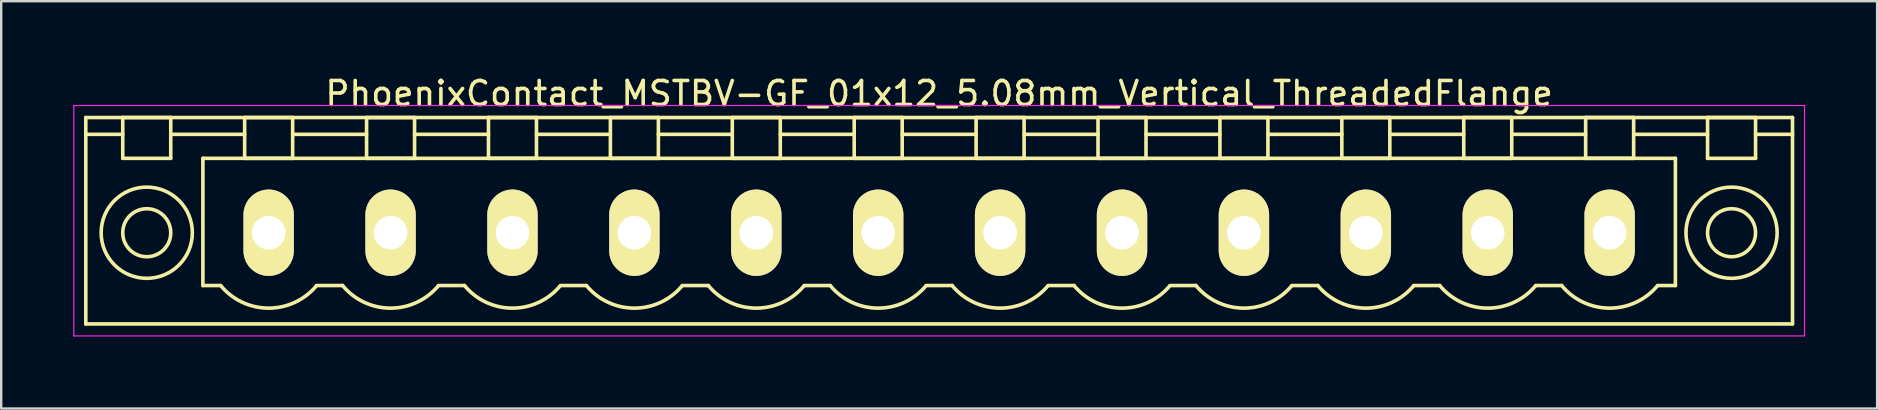
<source format=kicad_pcb>
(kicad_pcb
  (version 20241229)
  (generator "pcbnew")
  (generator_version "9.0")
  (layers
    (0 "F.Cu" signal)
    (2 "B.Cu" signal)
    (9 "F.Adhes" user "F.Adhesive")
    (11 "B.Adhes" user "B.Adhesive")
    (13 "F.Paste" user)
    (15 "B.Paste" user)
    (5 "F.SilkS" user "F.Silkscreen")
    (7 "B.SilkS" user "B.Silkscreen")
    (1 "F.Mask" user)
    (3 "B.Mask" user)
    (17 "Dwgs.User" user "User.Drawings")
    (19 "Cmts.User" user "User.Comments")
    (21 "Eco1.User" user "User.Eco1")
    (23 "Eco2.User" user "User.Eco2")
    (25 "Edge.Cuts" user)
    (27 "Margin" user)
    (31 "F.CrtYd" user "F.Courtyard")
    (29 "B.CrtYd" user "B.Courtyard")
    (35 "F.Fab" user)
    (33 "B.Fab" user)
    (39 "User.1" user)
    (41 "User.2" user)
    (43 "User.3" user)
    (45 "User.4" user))
  (footprint "PhoenixContact_MSTBV-GF_01x12_5.08mm_Vertical_ThreadedFlange"
    (layer "F.Cu")
    (at 8.145 6.648)
    (property "Reference" "PhoenixContact_MSTBV-GF_01x12_5.08mm_Vertical_ThreadedFlange" (at 27.94 -5.8 0) (layer "F.SilkS") (effects (font (size 1 1) (thickness 0.15))))
    (attr through_hole)
    (fp_line (start -7.62 -4.8) (end -7.62 3.8) (stroke (width 0.15) (type solid)) (layer "F.SilkS"))
    (fp_line (start -7.62 -4.1) (end -6.08 -4.1) (stroke (width 0.15) (type solid)) (layer "F.SilkS"))
    (fp_line (start -7.62 3.8) (end 63.5 3.8) (stroke (width 0.15) (type solid)) (layer "F.SilkS"))
    (fp_line (start -6.08 -4.8) (end -4.08 -4.8) (stroke (width 0.15) (type solid)) (layer "F.SilkS"))
    (fp_line (start -6.08 -3.1) (end -6.08 -4.8) (stroke (width 0.15) (type solid)) (layer "F.SilkS"))
    (fp_line (start -4.08 -4.8) (end -4.08 -3.1) (stroke (width 0.15) (type solid)) (layer "F.SilkS"))
    (fp_line (start -4.08 -4.1) (end -1 -4.1) (stroke (width 0.15) (type solid)) (layer "F.SilkS"))
    (fp_line (start -4.08 -3.1) (end -6.08 -3.1) (stroke (width 0.15) (type solid)) (layer "F.SilkS"))
    (fp_line (start -2.74 -3.1) (end 58.62 -3.1) (stroke (width 0.15) (type solid)) (layer "F.SilkS"))
    (fp_line (start -2.74 2.2) (end -2.74 -3.1) (stroke (width 0.15) (type solid)) (layer "F.SilkS"))
    (fp_line (start -2 2.2) (end -2.74 2.2) (stroke (width 0.15) (type solid)) (layer "F.SilkS"))
    (fp_line (start -1 -4.8) (end 1 -4.8) (stroke (width 0.15) (type solid)) (layer "F.SilkS"))
    (fp_line (start -1 -3.1) (end -1 -4.8) (stroke (width 0.15) (type solid)) (layer "F.SilkS"))
    (fp_line (start 1 -4.8) (end 1 -3.1) (stroke (width 0.15) (type solid)) (layer "F.SilkS"))
    (fp_line (start 1 -4.1) (end 4.08 -4.1) (stroke (width 0.15) (type solid)) (layer "F.SilkS"))
    (fp_line (start 1 -3.1) (end -1 -3.1) (stroke (width 0.15) (type solid)) (layer "F.SilkS"))
    (fp_line (start 2 2.2) (end 3.08 2.2) (stroke (width 0.15) (type solid)) (layer "F.SilkS"))
    (fp_line (start 4.08 -4.8) (end 6.08 -4.8) (stroke (width 0.15) (type solid)) (layer "F.SilkS"))
    (fp_line (start 4.08 -3.1) (end 4.08 -4.8) (stroke (width 0.15) (type solid)) (layer "F.SilkS"))
    (fp_line (start 6.08 -4.8) (end 6.08 -3.1) (stroke (width 0.15) (type solid)) (layer "F.SilkS"))
    (fp_line (start 6.08 -4.1) (end 9.16 -4.1) (stroke (width 0.15) (type solid)) (layer "F.SilkS"))
    (fp_line (start 6.08 -3.1) (end 4.08 -3.1) (stroke (width 0.15) (type solid)) (layer "F.SilkS"))
    (fp_line (start 7.08 2.2) (end 8.16 2.2) (stroke (width 0.15) (type solid)) (layer "F.SilkS"))
    (fp_line (start 9.16 -4.8) (end 11.16 -4.8) (stroke (width 0.15) (type solid)) (layer "F.SilkS"))
    (fp_line (start 9.16 -3.1) (end 9.16 -4.8) (stroke (width 0.15) (type solid)) (layer "F.SilkS"))
    (fp_line (start 11.16 -4.8) (end 11.16 -3.1) (stroke (width 0.15) (type solid)) (layer "F.SilkS"))
    (fp_line (start 11.16 -4.1) (end 14.24 -4.1) (stroke (width 0.15) (type solid)) (layer "F.SilkS"))
    (fp_line (start 11.16 -3.1) (end 9.16 -3.1) (stroke (width 0.15) (type solid)) (layer "F.SilkS"))
    (fp_line (start 12.16 2.2) (end 13.24 2.2) (stroke (width 0.15) (type solid)) (layer "F.SilkS"))
    (fp_line (start 14.24 -4.8) (end 16.24 -4.8) (stroke (width 0.15) (type solid)) (layer "F.SilkS"))
    (fp_line (start 14.24 -3.1) (end 14.24 -4.8) (stroke (width 0.15) (type solid)) (layer "F.SilkS"))
    (fp_line (start 16.24 -4.8) (end 16.24 -3.1) (stroke (width 0.15) (type solid)) (layer "F.SilkS"))
    (fp_line (start 16.24 -4.1) (end 19.32 -4.1) (stroke (width 0.15) (type solid)) (layer "F.SilkS"))
    (fp_line (start 16.24 -3.1) (end 14.24 -3.1) (stroke (width 0.15) (type solid)) (layer "F.SilkS"))
    (fp_line (start 17.24 2.2) (end 18.32 2.2) (stroke (width 0.15) (type solid)) (layer "F.SilkS"))
    (fp_line (start 19.32 -4.8) (end 21.32 -4.8) (stroke (width 0.15) (type solid)) (layer "F.SilkS"))
    (fp_line (start 19.32 -3.1) (end 19.32 -4.8) (stroke (width 0.15) (type solid)) (layer "F.SilkS"))
    (fp_line (start 21.32 -4.8) (end 21.32 -3.1) (stroke (width 0.15) (type solid)) (layer "F.SilkS"))
    (fp_line (start 21.32 -4.1) (end 24.4 -4.1) (stroke (width 0.15) (type solid)) (layer "F.SilkS"))
    (fp_line (start 21.32 -3.1) (end 19.32 -3.1) (stroke (width 0.15) (type solid)) (layer "F.SilkS"))
    (fp_line (start 22.32 2.2) (end 23.4 2.2) (stroke (width 0.15) (type solid)) (layer "F.SilkS"))
    (fp_line (start 24.4 -4.8) (end 26.4 -4.8) (stroke (width 0.15) (type solid)) (layer "F.SilkS"))
    (fp_line (start 24.4 -3.1) (end 24.4 -4.8) (stroke (width 0.15) (type solid)) (layer "F.SilkS"))
    (fp_line (start 26.4 -4.8) (end 26.4 -3.1) (stroke (width 0.15) (type solid)) (layer "F.SilkS"))
    (fp_line (start 26.4 -4.1) (end 29.48 -4.1) (stroke (width 0.15) (type solid)) (layer "F.SilkS"))
    (fp_line (start 26.4 -3.1) (end 24.4 -3.1) (stroke (width 0.15) (type solid)) (layer "F.SilkS"))
    (fp_line (start 27.4 2.2) (end 28.48 2.2) (stroke (width 0.15) (type solid)) (layer "F.SilkS"))
    (fp_line (start 29.48 -4.8) (end 31.48 -4.8) (stroke (width 0.15) (type solid)) (layer "F.SilkS"))
    (fp_line (start 29.48 -3.1) (end 29.48 -4.8) (stroke (width 0.15) (type solid)) (layer "F.SilkS"))
    (fp_line (start 31.48 -4.8) (end 31.48 -3.1) (stroke (width 0.15) (type solid)) (layer "F.SilkS"))
    (fp_line (start 31.48 -4.1) (end 34.56 -4.1) (stroke (width 0.15) (type solid)) (layer "F.SilkS"))
    (fp_line (start 31.48 -3.1) (end 29.48 -3.1) (stroke (width 0.15) (type solid)) (layer "F.SilkS"))
    (fp_line (start 32.48 2.2) (end 33.56 2.2) (stroke (width 0.15) (type solid)) (layer "F.SilkS"))
    (fp_line (start 34.56 -4.8) (end 36.56 -4.8) (stroke (width 0.15) (type solid)) (layer "F.SilkS"))
    (fp_line (start 34.56 -3.1) (end 34.56 -4.8) (stroke (width 0.15) (type solid)) (layer "F.SilkS"))
    (fp_line (start 36.56 -4.8) (end 36.56 -3.1) (stroke (width 0.15) (type solid)) (layer "F.SilkS"))
    (fp_line (start 36.56 -4.1) (end 39.64 -4.1) (stroke (width 0.15) (type solid)) (layer "F.SilkS"))
    (fp_line (start 36.56 -3.1) (end 34.56 -3.1) (stroke (width 0.15) (type solid)) (layer "F.SilkS"))
    (fp_line (start 37.56 2.2) (end 38.64 2.2) (stroke (width 0.15) (type solid)) (layer "F.SilkS"))
    (fp_line (start 39.64 -4.8) (end 41.64 -4.8) (stroke (width 0.15) (type solid)) (layer "F.SilkS"))
    (fp_line (start 39.64 -3.1) (end 39.64 -4.8) (stroke (width 0.15) (type solid)) (layer "F.SilkS"))
    (fp_line (start 41.64 -4.8) (end 41.64 -3.1) (stroke (width 0.15) (type solid)) (layer "F.SilkS"))
    (fp_line (start 41.64 -4.1) (end 44.72 -4.1) (stroke (width 0.15) (type solid)) (layer "F.SilkS"))
    (fp_line (start 41.64 -3.1) (end 39.64 -3.1) (stroke (width 0.15) (type solid)) (layer "F.SilkS"))
    (fp_line (start 42.64 2.2) (end 43.72 2.2) (stroke (width 0.15) (type solid)) (layer "F.SilkS"))
    (fp_line (start 44.72 -4.8) (end 46.72 -4.8) (stroke (width 0.15) (type solid)) (layer "F.SilkS"))
    (fp_line (start 44.72 -3.1) (end 44.72 -4.8) (stroke (width 0.15) (type solid)) (layer "F.SilkS"))
    (fp_line (start 46.72 -4.8) (end 46.72 -3.1) (stroke (width 0.15) (type solid)) (layer "F.SilkS"))
    (fp_line (start 46.72 -4.1) (end 49.8 -4.1) (stroke (width 0.15) (type solid)) (layer "F.SilkS"))
    (fp_line (start 46.72 -3.1) (end 44.72 -3.1) (stroke (width 0.15) (type solid)) (layer "F.SilkS"))
    (fp_line (start 47.72 2.2) (end 48.8 2.2) (stroke (width 0.15) (type solid)) (layer "F.SilkS"))
    (fp_line (start 49.8 -4.8) (end 51.8 -4.8) (stroke (width 0.15) (type solid)) (layer "F.SilkS"))
    (fp_line (start 49.8 -3.1) (end 49.8 -4.8) (stroke (width 0.15) (type solid)) (layer "F.SilkS"))
    (fp_line (start 51.8 -4.8) (end 51.8 -3.1) (stroke (width 0.15) (type solid)) (layer "F.SilkS"))
    (fp_line (start 51.8 -4.1) (end 54.88 -4.1) (stroke (width 0.15) (type solid)) (layer "F.SilkS"))
    (fp_line (start 51.8 -3.1) (end 49.8 -3.1) (stroke (width 0.15) (type solid)) (layer "F.SilkS"))
    (fp_line (start 52.8 2.2) (end 53.88 2.2) (stroke (width 0.15) (type solid)) (layer "F.SilkS"))
    (fp_line (start 54.88 -4.8) (end 56.88 -4.8) (stroke (width 0.15) (type solid)) (layer "F.SilkS"))
    (fp_line (start 54.88 -3.1) (end 54.88 -4.8) (stroke (width 0.15) (type solid)) (layer "F.SilkS"))
    (fp_line (start 56.88 -4.8) (end 56.88 -3.1) (stroke (width 0.15) (type solid)) (layer "F.SilkS"))
    (fp_line (start 56.88 -4.1) (end 59.96 -4.1) (stroke (width 0.15) (type solid)) (layer "F.SilkS"))
    (fp_line (start 56.88 -3.1) (end 54.88 -3.1) (stroke (width 0.15) (type solid)) (layer "F.SilkS"))
    (fp_line (start 58.62 -3.1) (end 58.62 2.2) (stroke (width 0.15) (type solid)) (layer "F.SilkS"))
    (fp_line (start 58.62 2.2) (end 57.88 2.2) (stroke (width 0.15) (type solid)) (layer "F.SilkS"))
    (fp_line (start 59.96 -4.8) (end 61.96 -4.8) (stroke (width 0.15) (type solid)) (layer "F.SilkS"))
    (fp_line (start 59.96 -3.1) (end 59.96 -4.8) (stroke (width 0.15) (type solid)) (layer "F.SilkS"))
    (fp_line (start 61.96 -4.8) (end 61.96 -3.1) (stroke (width 0.15) (type solid)) (layer "F.SilkS"))
    (fp_line (start 61.96 -3.1) (end 59.96 -3.1) (stroke (width 0.15) (type solid)) (layer "F.SilkS"))
    (fp_line (start 63.5 -4.8) (end -7.62 -4.8) (stroke (width 0.15) (type solid)) (layer "F.SilkS"))
    (fp_line (start 63.5 -4.1) (end 61.96 -4.1) (stroke (width 0.15) (type solid)) (layer "F.SilkS"))
    (fp_line (start 63.5 3.8) (end 63.5 -4.8) (stroke (width 0.15) (type solid)) (layer "F.SilkS"))
    (fp_arc (start 1.986842 2.215821) (mid -0.010289 3.142758) (end -2 2.2) (stroke (width 0.15) (type solid)) (layer "F.SilkS"))
    (fp_arc (start 7.066842 2.215821) (mid 5.069711 3.142758) (end 3.08 2.2) (stroke (width 0.15) (type solid)) (layer "F.SilkS"))
    (fp_arc (start 12.146842 2.215821) (mid 10.149711 3.142758) (end 8.16 2.2) (stroke (width 0.15) (type solid)) (layer "F.SilkS"))
    (fp_arc (start 17.226842 2.215821) (mid 15.229711 3.142758) (end 13.24 2.2) (stroke (width 0.15) (type solid)) (layer "F.SilkS"))
    (fp_arc (start 22.306842 2.215821) (mid 20.309711 3.142758) (end 18.32 2.2) (stroke (width 0.15) (type solid)) (layer "F.SilkS"))
    (fp_arc (start 27.386842 2.215821) (mid 25.389711 3.142758) (end 23.4 2.2) (stroke (width 0.15) (type solid)) (layer "F.SilkS"))
    (fp_arc (start 32.466842 2.215821) (mid 30.469711 3.142758) (end 28.48 2.2) (stroke (width 0.15) (type solid)) (layer "F.SilkS"))
    (fp_arc (start 37.546842 2.215821) (mid 35.549711 3.142758) (end 33.56 2.2) (stroke (width 0.15) (type solid)) (layer "F.SilkS"))
    (fp_arc (start 42.626842 2.215821) (mid 40.629711 3.142758) (end 38.64 2.2) (stroke (width 0.15) (type solid)) (layer "F.SilkS"))
    (fp_arc (start 47.706842 2.215821) (mid 45.709711 3.142758) (end 43.72 2.2) (stroke (width 0.15) (type solid)) (layer "F.SilkS"))
    (fp_arc (start 52.786842 2.215821) (mid 50.789711 3.142758) (end 48.8 2.2) (stroke (width 0.15) (type solid)) (layer "F.SilkS"))
    (fp_arc (start 57.866842 2.215821) (mid 55.869711 3.142758) (end 53.88 2.2) (stroke (width 0.15) (type solid)) (layer "F.SilkS"))
    (fp_circle (center -5.08 0) (end -4.08 0) (stroke (width 0.15) (type solid)) (fill no) (layer "F.SilkS"))
    (fp_circle (center -5.08 0) (end -3.18 0) (stroke (width 0.15) (type solid)) (fill no) (layer "F.SilkS"))
    (fp_circle (center 60.96 0) (end 61.96 0) (stroke (width 0.15) (type solid)) (fill no) (layer "F.SilkS"))
    (fp_circle (center 60.96 0) (end 62.86 0) (stroke (width 0.15) (type solid)) (fill no) (layer "F.SilkS"))
    (fp_line (start -8.12 -5.3) (end -8.12 4.3) (stroke (width 0.05) (type solid)) (layer "F.CrtYd"))
    (fp_line (start -8.12 4.3) (end 64 4.3) (stroke (width 0.05) (type solid)) (layer "F.CrtYd"))
    (fp_line (start 64 -5.3) (end -8.12 -5.3) (stroke (width 0.05) (type solid)) (layer "F.CrtYd"))
    (fp_line (start 64 4.3) (end 64 -5.3) (stroke (width 0.05) (type solid)) (layer "F.CrtYd"))
    (pad "1" thru_hole oval (at 0 0) (size 2.1 3.6) (drill 1.4) (layers "*.Cu" "*.Mask" "F.SilkS"))
    (pad "2" thru_hole oval (at 5.08 0) (size 2.1 3.6) (drill 1.4) (layers "*.Cu" "*.Mask" "F.SilkS"))
    (pad "3" thru_hole oval (at 10.16 0) (size 2.1 3.6) (drill 1.4) (layers "*.Cu" "*.Mask" "F.SilkS"))
    (pad "4" thru_hole oval (at 15.24 0) (size 2.1 3.6) (drill 1.4) (layers "*.Cu" "*.Mask" "F.SilkS"))
    (pad "5" thru_hole oval (at 20.32 0) (size 2.1 3.6) (drill 1.4) (layers "*.Cu" "*.Mask" "F.SilkS"))
    (pad "6" thru_hole oval (at 25.4 0) (size 2.1 3.6) (drill 1.4) (layers "*.Cu" "*.Mask" "F.SilkS"))
    (pad "7" thru_hole oval (at 30.48 0) (size 2.1 3.6) (drill 1.4) (layers "*.Cu" "*.Mask" "F.SilkS"))
    (pad "8" thru_hole oval (at 35.56 0) (size 2.1 3.6) (drill 1.4) (layers "*.Cu" "*.Mask" "F.SilkS"))
    (pad "9" thru_hole oval (at 40.64 0) (size 2.1 3.6) (drill 1.4) (layers "*.Cu" "*.Mask" "F.SilkS"))
    (pad "10" thru_hole oval (at 45.72 0) (size 2.1 3.6) (drill 1.4) (layers "*.Cu" "*.Mask" "F.SilkS"))
    (pad "11" thru_hole oval (at 50.8 0) (size 2.1 3.6) (drill 1.4) (layers "*.Cu" "*.Mask" "F.SilkS"))
    (pad "12" thru_hole oval (at 55.88 0) (size 2.1 3.6) (drill 1.4) (layers "*.Cu" "*.Mask" "F.SilkS")))
  (gr_rect
    (start -3 -3)
    (end 75.17 13.973)
    (stroke (width 0.1) (type default))
    (fill no)
    (layer "Edge.Cuts")))
</source>
